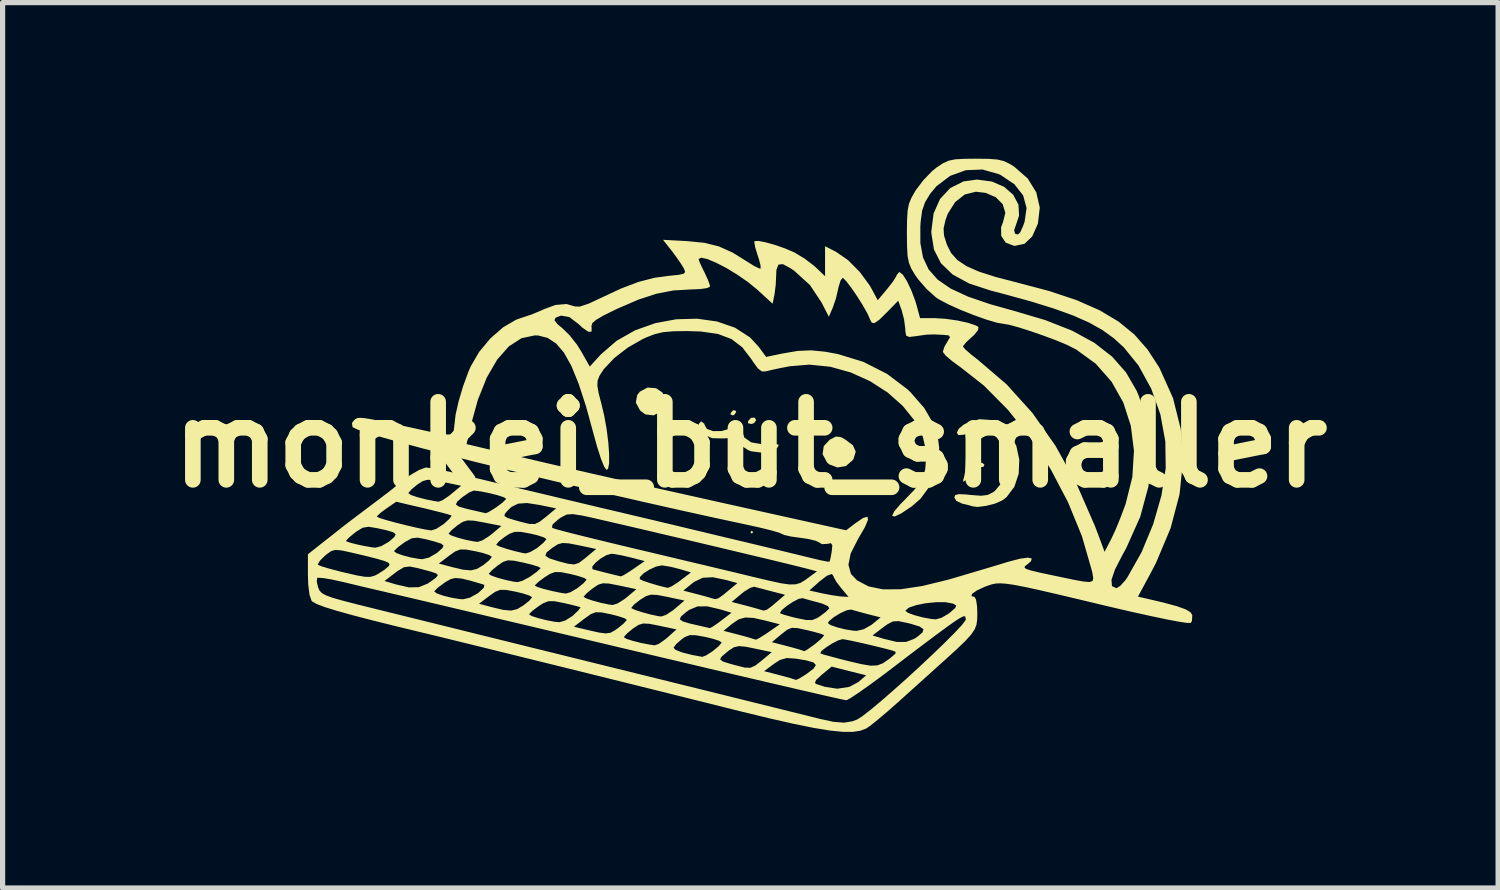
<source format=kicad_pcb>
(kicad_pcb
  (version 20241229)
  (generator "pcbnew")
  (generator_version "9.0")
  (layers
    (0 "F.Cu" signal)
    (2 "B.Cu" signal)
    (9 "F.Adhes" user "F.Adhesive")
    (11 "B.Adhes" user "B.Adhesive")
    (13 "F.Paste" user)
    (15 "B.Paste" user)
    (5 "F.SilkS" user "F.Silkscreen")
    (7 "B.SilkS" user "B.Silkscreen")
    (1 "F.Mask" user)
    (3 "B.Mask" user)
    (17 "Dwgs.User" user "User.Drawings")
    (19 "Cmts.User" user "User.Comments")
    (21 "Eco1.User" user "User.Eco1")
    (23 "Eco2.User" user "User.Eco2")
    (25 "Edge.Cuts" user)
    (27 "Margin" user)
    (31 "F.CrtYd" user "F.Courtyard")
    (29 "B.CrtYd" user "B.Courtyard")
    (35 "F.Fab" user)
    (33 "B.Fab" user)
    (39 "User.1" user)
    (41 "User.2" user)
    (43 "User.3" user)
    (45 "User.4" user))
  (footprint "monkei_but_smaller"
    (layer "F.Cu")
    (at 11.371 5.494)
    (property "Reference" "monkei_but_smaller" (at 0 0 0) (layer "F.SilkS") (effects (font (size 1.5 1.5) (thickness 0.3))))
    (attr board_only exclude_from_pos_files exclude_from_bom)
    (fp_poly (pts (xy 0.055 1.684) (xy 0.028 1.712) (xy 0 1.684) (xy 0.028 1.657)) (stroke (width 0) (type solid)) (fill yes) (layer "F.SilkS"))
    (fp_poly (pts (xy -0.28 -0.648) (xy -0.272 -0.623) (xy -0.311 -0.571) (xy -0.334 -0.56) (xy -0.381 -0.578) (xy -0.378 -0.605) (xy -0.33 -0.662)) (stroke (width 0) (type solid)) (fill yes) (layer "F.SilkS"))
    (fp_poly (pts (xy 0.113 -0.469) (xy 0.071 -0.412) (xy 0.024 -0.395) (xy -0.044 -0.409) (xy -0.043 -0.45) (xy 0.012 -0.513) (xy 0.082 -0.518)) (stroke (width 0) (type solid)) (fill yes) (layer "F.SilkS"))
    (fp_poly (pts (xy -1.812 -1.083) (xy -1.693 -1.003) (xy -1.61 -0.857) (xy -1.636 -0.721) (xy -1.702 -0.644) (xy -1.86 -0.561) (xy -2.02 -0.58) (xy -2.117 -0.653) (xy -2.201 -0.805) (xy -2.175 -0.95) (xy -2.122 -1.018) (xy -1.976 -1.095)) (stroke (width 0) (type solid)) (fill yes) (layer "F.SilkS"))
    (fp_poly (pts (xy 1.734 -0.145) (xy 1.809 -0.107) (xy 1.97 0.012) (xy 2.026 0.136) (xy 1.982 0.278) (xy 1.969 0.298) (xy 1.838 0.412) (xy 1.674 0.441) (xy 1.516 0.381) (xy 1.472 0.341) (xy 1.389 0.184) (xy 1.411 0.03) (xy 1.525 -0.092) (xy 1.64 -0.153)) (stroke (width 0) (type solid)) (fill yes) (layer "F.SilkS"))
    (fp_poly (pts (xy 4.197 0.083) (xy 4.243 0.161) (xy 4.252 0.224) (xy 4.293 0.315) (xy 4.359 0.331) (xy 4.465 0.357) (xy 4.5 0.387) (xy 4.481 0.427) (xy 4.393 0.442) (xy 4.283 0.468) (xy 4.252 0.518) (xy 4.212 0.612) (xy 4.159 0.67) (xy 4.092 0.716) (xy 4.091 0.679) (xy 4.103 0.644) (xy 4.127 0.527) (xy 4.14 0.357) (xy 4.141 0.296) (xy 4.152 0.145) (xy 4.181 0.081)) (stroke (width 0) (type solid)) (fill yes) (layer "F.SilkS"))
    (fp_poly (pts (xy -0.885 -0.4) (xy -0.883 -0.385) (xy -0.836 -0.301) (xy -0.716 -0.258) (xy -0.554 -0.26) (xy -0.417 -0.299) (xy -0.267 -0.36) (xy -0.193 -0.379) (xy -0.168 -0.352) (xy -0.166 -0.285) (xy -0.117 -0.137) (xy 0.016 -0.042) (xy 0.216 -0.008) (xy 0.302 -0.013) (xy 0.471 -0.02) (xy 0.546 0.006) (xy 0.521 0.059) (xy 0.445 0.108) (xy 0.245 0.159) (xy 0.014 0.129) (xy -0.039 0.109) (xy -0.164 0.028) (xy -0.223 -0.039) (xy -0.293 -0.103) (xy -0.414 -0.123) (xy -0.532 -0.118) (xy -0.732 -0.122) (xy -0.865 -0.178) (xy -0.887 -0.196) (xy -0.968 -0.299) (xy -0.993 -0.391) (xy -0.954 -0.44) (xy -0.939 -0.442)) (stroke (width 0) (type solid)) (fill yes) (layer "F.SilkS"))
    (fp_poly (pts (xy 4.601 -0.474) (xy 4.794 -0.385) (xy 4.986 -0.21) (xy 5.112 0.024) (xy 5.169 0.289) (xy 5.158 0.559) (xy 5.076 0.809) (xy 4.924 1.011) (xy 4.845 1.072) (xy 4.708 1.133) (xy 4.533 1.178) (xy 4.369 1.199) (xy 4.279 1.189) (xy 4.188 1.163) (xy 4.072 1.136) (xy 3.961 1.084) (xy 3.92 1.018) (xy 3.938 0.971) (xy 4.008 0.953) (xy 4.152 0.96) (xy 4.238 0.969) (xy 4.432 0.984) (xy 4.56 0.969) (xy 4.662 0.919) (xy 4.703 0.888) (xy 4.858 0.702) (xy 4.933 0.471) (xy 4.93 0.226) (xy 4.848 -0.002) (xy 4.706 -0.168) (xy 4.588 -0.238) (xy 4.453 -0.26) (xy 4.272 -0.234) (xy 4.1 -0.189) (xy 3.998 -0.182) (xy 3.969 -0.229) (xy 4.005 -0.303) (xy 4.1 -0.383) (xy 4.167 -0.417) (xy 4.401 -0.487)) (stroke (width 0) (type solid)) (fill yes) (layer "F.SilkS"))
    (fp_poly (pts (xy 4.579 -5.491) (xy 4.75 -5.478) (xy 4.876 -5.447) (xy 4.988 -5.393) (xy 5.072 -5.34) (xy 5.33 -5.115) (xy 5.495 -4.848) (xy 5.563 -4.554) (xy 5.527 -4.248) (xy 5.526 -4.243) (xy 5.417 -3.999) (xy 5.269 -3.858) (xy 5.08 -3.819) (xy 5.064 -3.821) (xy 4.908 -3.881) (xy 4.822 -4.009) (xy 4.819 -4.176) (xy 4.856 -4.274) (xy 4.901 -4.454) (xy 4.85 -4.619) (xy 4.719 -4.752) (xy 4.522 -4.837) (xy 4.336 -4.859) (xy 4.122 -4.807) (xy 3.936 -4.66) (xy 3.794 -4.435) (xy 3.752 -4.318) (xy 3.714 -4.154) (xy 3.723 -4.014) (xy 3.779 -3.839) (xy 3.86 -3.679) (xy 3.981 -3.545) (xy 4.155 -3.429) (xy 4.395 -3.323) (xy 4.718 -3.22) (xy 5.127 -3.114) (xy 5.75 -2.949) (xy 6.274 -2.774) (xy 6.712 -2.581) (xy 7.076 -2.364) (xy 7.38 -2.116) (xy 7.634 -1.827) (xy 7.852 -1.492) (xy 7.867 -1.465) (xy 8.124 -0.892) (xy 8.273 -0.296) (xy 8.315 0.321) (xy 8.249 0.957) (xy 8.077 1.608) (xy 7.797 2.273) (xy 7.695 2.469) (xy 7.45 2.923) (xy 7.604 2.958) (xy 7.949 3.039) (xy 8.198 3.107) (xy 8.363 3.166) (xy 8.458 3.221) (xy 8.494 3.277) (xy 8.494 3.278) (xy 8.488 3.388) (xy 8.465 3.429) (xy 8.4 3.429) (xy 8.24 3.405) (xy 7.995 3.359) (xy 7.679 3.292) (xy 7.302 3.209) (xy 6.877 3.11) (xy 6.801 3.092) (xy 6.288 2.969) (xy 5.869 2.87) (xy 5.535 2.793) (xy 5.274 2.736) (xy 5.072 2.697) (xy 4.92 2.675) (xy 4.805 2.667) (xy 4.715 2.671) (xy 4.639 2.687) (xy 4.565 2.712) (xy 4.505 2.734) (xy 4.352 2.805) (xy 4.262 2.869) (xy 4.25 2.913) (xy 4.307 2.927) (xy 4.337 2.977) (xy 4.357 3.106) (xy 4.362 3.239) (xy 4.36 3.36) (xy 4.347 3.46) (xy 4.311 3.553) (xy 4.242 3.654) (xy 4.129 3.778) (xy 3.961 3.939) (xy 3.726 4.153) (xy 3.585 4.279) (xy 3.443 4.408) (xy 3.246 4.585) (xy 3.024 4.785) (xy 2.843 4.948) (xy 2.639 5.128) (xy 2.453 5.285) (xy 2.308 5.402) (xy 2.226 5.458) (xy 2.112 5.501) (xy 1.963 5.523) (xy 1.771 5.521) (xy 1.524 5.496) (xy 1.214 5.445) (xy 0.83 5.367) (xy 0.363 5.261) (xy -0.198 5.125) (xy -0.359 5.085) (xy -0.846 4.963) (xy -1.378 4.83) (xy -1.941 4.69) (xy -2.521 4.546) (xy -3.105 4.401) (xy -3.679 4.259) (xy -4.23 4.123) (xy -4.744 3.996) (xy -5.207 3.882) (xy -5.606 3.784) (xy -5.928 3.705) (xy -6.158 3.649) (xy -6.184 3.643) (xy -6.772 3.501) (xy -7.259 3.38) (xy -7.652 3.278) (xy -7.956 3.193) (xy -8.181 3.123) (xy -8.331 3.066) (xy -8.415 3.02) (xy -8.432 3.004) (xy -8.472 2.889) (xy -8.497 2.692) (xy -8.499 2.634) (xy -8.333 2.634) (xy -8.306 2.748) (xy -8.28 2.806) (xy -8.235 2.854) (xy -8.157 2.898) (xy -8.028 2.945) (xy -7.832 3.001) (xy -7.552 3.073) (xy -7.398 3.111) (xy -7.198 3.161) (xy -6.902 3.234) (xy -6.522 3.328) (xy -6.068 3.44) (xy -5.552 3.568) (xy -4.986 3.708) (xy -4.38 3.858) (xy -3.747 4.014) (xy -3.096 4.175) (xy -2.761 4.258) (xy -2.125 4.415) (xy -1.514 4.566) (xy -0.938 4.708) (xy -0.405 4.84) (xy 0.074 4.959) (xy 0.49 5.062) (xy 0.834 5.147) (xy 1.096 5.212) (xy 1.267 5.255) (xy 1.325 5.27) (xy 1.597 5.329) (xy 1.799 5.345) (xy 1.964 5.318) (xy 2.052 5.285) (xy 2.153 5.221) (xy 2.312 5.097) (xy 2.516 4.927) (xy 2.751 4.722) (xy 3.005 4.496) (xy 3.262 4.26) (xy 3.51 4.027) (xy 3.734 3.811) (xy 3.922 3.623) (xy 4.06 3.476) (xy 4.133 3.382) (xy 4.141 3.361) (xy 4.132 3.305) (xy 4.092 3.301) (xy 3.999 3.352) (xy 3.886 3.428) (xy 3.761 3.518) (xy 3.567 3.661) (xy 3.324 3.843) (xy 3.051 4.049) (xy 2.777 4.259) (xy 2.509 4.462) (xy 2.267 4.639) (xy 2.066 4.78) (xy 1.921 4.876) (xy 1.847 4.914) (xy 1.844 4.914) (xy 1.779 4.902) (xy 1.615 4.866) (xy 1.36 4.808) (xy 1.024 4.731) (xy 0.614 4.635) (xy 0.384 4.582) (xy 1.241 4.582) (xy 1.27 4.603) (xy 1.401 4.646) (xy 1.436 4.657) (xy 1.671 4.693) (xy 1.903 4.657) (xy 2.076 4.564) (xy 2.226 4.435) (xy 1.895 4.352) (xy 1.563 4.268) (xy 1.375 4.422) (xy 1.264 4.524) (xy 1.241 4.582) (xy 0.384 4.582) (xy 0.138 4.524) (xy -0.393 4.4) (xy -0.584 4.355) (xy 0.265 4.355) (xy 0.505 4.417) (xy 0.663 4.459) (xy 0.778 4.491) (xy 0.801 4.499) (xy 0.874 4.522) (xy 0.88 4.523) (xy 0.937 4.498) (xy 1.048 4.43) (xy 1.087 4.404) (xy 1.216 4.306) (xy 1.26 4.237) (xy 1.213 4.187) (xy 1.069 4.147) (xy 0.877 4.115) (xy 0.701 4.103) (xy 0.568 4.14) (xy 0.45 4.217) (xy 0.265 4.355) (xy -0.584 4.355) (xy -0.973 4.263) (xy -1.544 4.128) (xy -0.581 4.128) (xy -0.531 4.168) (xy -0.394 4.212) (xy -0.276 4.244) (xy -0.106 4.287) (xy 0.004 4.29) (xy 0.1 4.245) (xy 0.222 4.149) (xy 0.384 4.013) (xy 1.344 4.013) (xy 1.345 4.013) (xy 1.402 4.034) (xy 1.544 4.073) (xy 1.744 4.126) (xy 1.882 4.161) (xy 2.137 4.221) (xy 2.313 4.25) (xy 2.441 4.244) (xy 2.549 4.203) (xy 2.666 4.122) (xy 2.701 4.094) (xy 2.788 4.02) (xy 2.791 3.982) (xy 2.729 3.959) (xy 2.559 3.914) (xy 2.349 3.863) (xy 2.132 3.812) (xy 1.94 3.77) (xy 1.807 3.745) (xy 1.774 3.74) (xy 1.693 3.762) (xy 1.575 3.822) (xy 1.456 3.898) (xy 1.367 3.968) (xy 1.344 4.013) (xy 0.384 4.013) (xy 0.411 3.99) (xy 0.12 3.928) (xy -0.085 3.886) (xy -0.218 3.874) (xy -0.313 3.895) (xy -0.406 3.954) (xy -0.467 4.003) (xy -0.555 4.079) (xy -0.581 4.128) (xy -1.544 4.128) (xy -1.593 4.117) (xy -2.243 3.963) (xy -2.306 3.948) (xy -2.493 3.904) (xy -1.476 3.904) (xy -1.437 3.946) (xy -1.312 3.995) (xy -1.123 4.043) (xy -0.923 4.08) (xy -0.853 4.054) (xy -0.739 3.982) (xy -0.716 3.965) (xy -0.609 3.876) (xy -0.554 3.811) (xy -0.552 3.804) (xy -0.56 3.798) (xy 0.414 3.798) (xy 0.663 3.862) (xy 0.823 3.905) (xy 0.94 3.938) (xy 0.966 3.947) (xy 1.034 3.97) (xy 1.039 3.971) (xy 1.089 3.944) (xy 1.195 3.869) (xy 1.248 3.83) (xy 1.358 3.737) (xy 1.414 3.673) (xy 1.414 3.669) (xy 2.349 3.669) (xy 2.569 3.735) (xy 2.811 3.793) (xy 2.992 3.794) (xy 3.147 3.735) (xy 3.212 3.693) (xy 3.31 3.61) (xy 3.327 3.549) (xy 3.253 3.497) (xy 3.08 3.444) (xy 3.017 3.429) (xy 2.851 3.394) (xy 2.741 3.399) (xy 2.636 3.453) (xy 2.549 3.516) (xy 2.349 3.669) (xy 1.414 3.669) (xy 1.415 3.661) (xy 1.353 3.636) (xy 1.216 3.598) (xy 1.085 3.566) (xy 0.908 3.528) (xy 0.796 3.523) (xy 0.708 3.559) (xy 0.602 3.642) (xy 0.596 3.646) (xy 0.414 3.798) (xy -0.56 3.798) (xy -0.601 3.771) (xy -0.729 3.73) (xy -0.863 3.698) (xy -1.047 3.665) (xy -1.165 3.663) (xy -1.255 3.698) (xy -1.315 3.739) (xy -1.42 3.83) (xy -1.476 3.903) (xy -1.476 3.904) (xy -2.493 3.904) (xy -2.972 3.79) (xy -3.334 3.704) (xy -2.43 3.704) (xy -2.381 3.734) (xy -2.258 3.773) (xy -2.096 3.814) (xy -1.93 3.846) (xy -1.837 3.859) (xy -1.756 3.829) (xy -1.637 3.745) (xy -1.594 3.709) (xy -1.45 3.58) (xy -0.515 3.58) (xy -0.271 3.643) (xy -0.112 3.685) (xy 0.003 3.718) (xy 0.028 3.726) (xy 0.101 3.749) (xy 0.107 3.75) (xy 0.163 3.724) (xy 0.277 3.653) (xy 0.349 3.605) (xy 0.565 3.455) (xy 0.477 3.432) (xy 1.491 3.432) (xy 1.539 3.468) (xy 1.661 3.511) (xy 1.818 3.551) (xy 1.976 3.577) (xy 2.043 3.581) (xy 2.178 3.55) (xy 2.325 3.467) (xy 2.342 3.454) (xy 2.503 3.322) (xy 2.259 3.26) (xy 2.094 3.216) (xy 2.027 3.197) (xy 2.982 3.197) (xy 3.03 3.234) (xy 3.153 3.279) (xy 3.313 3.322) (xy 3.477 3.352) (xy 3.562 3.36) (xy 3.676 3.329) (xy 3.813 3.248) (xy 3.835 3.231) (xy 3.936 3.143) (xy 3.957 3.095) (xy 3.907 3.062) (xy 3.891 3.056) (xy 3.753 3.03) (xy 3.57 3.03) (xy 3.37 3.05) (xy 3.186 3.087) (xy 3.047 3.134) (xy 2.983 3.189) (xy 2.982 3.197) (xy 2.027 3.197) (xy 1.967 3.18) (xy 1.938 3.171) (xy 1.855 3.184) (xy 1.729 3.241) (xy 1.602 3.319) (xy 1.511 3.395) (xy 1.491 3.432) (xy 0.477 3.432) (xy 0.296 3.385) (xy 0.065 3.333) (xy -0.097 3.324) (xy -0.225 3.36) (xy -0.351 3.446) (xy -0.354 3.449) (xy -0.515 3.58) (xy -1.45 3.58) (xy -1.419 3.553) (xy -1.752 3.482) (xy -1.94 3.445) (xy -2.06 3.439) (xy -2.15 3.467) (xy -2.251 3.533) (xy -2.258 3.538) (xy -2.368 3.629) (xy -2.427 3.695) (xy -2.43 3.704) (xy -3.334 3.704) (xy -3.618 3.637) (xy -4.189 3.501) (xy -3.391 3.501) (xy -3.117 3.566) (xy -2.912 3.613) (xy -2.78 3.63) (xy -2.688 3.617) (xy -2.601 3.569) (xy -2.538 3.524) (xy -2.431 3.436) (xy -2.376 3.373) (xy -2.374 3.367) (xy -2.39 3.357) (xy -1.356 3.357) (xy -1.303 3.398) (xy -1.162 3.44) (xy -1.022 3.472) (xy -0.878 3.505) (xy -0.789 3.526) (xy -0.778 3.528) (xy -0.725 3.501) (xy -0.617 3.427) (xy -0.559 3.383) (xy -0.366 3.236) (xy 0.571 3.236) (xy 0.574 3.243) (xy 0.638 3.268) (xy 0.775 3.307) (xy 0.893 3.336) (xy 1.072 3.372) (xy 1.188 3.373) (xy 1.282 3.336) (xy 1.337 3.301) (xy 1.451 3.215) (xy 1.517 3.149) (xy 1.518 3.147) (xy 1.49 3.105) (xy 1.382 3.057) (xy 1.313 3.037) (xy 1.151 2.994) (xy 1.028 2.959) (xy 1.004 2.952) (xy 0.93 2.966) (xy 0.817 3.024) (xy 0.698 3.103) (xy 0.605 3.181) (xy 0.571 3.236) (xy -0.366 3.236) (xy -0.361 3.233) (xy -0.581 3.167) (xy -0.83 3.109) (xy -1.016 3.111) (xy -1.174 3.177) (xy -1.242 3.226) (xy -1.332 3.304) (xy -1.356 3.357) (xy -2.39 3.357) (xy -2.423 3.336) (xy -2.55 3.295) (xy -2.681 3.262) (xy -2.858 3.226) (xy -2.973 3.223) (xy -3.069 3.261) (xy -3.189 3.347) (xy -3.391 3.501) (xy -4.189 3.501) (xy -4.233 3.491) (xy -4.808 3.355) (xy -5.192 3.264) (xy -4.251 3.264) (xy -4.203 3.295) (xy -4.082 3.335) (xy -3.925 3.375) (xy -3.767 3.405) (xy -3.672 3.415) (xy -3.559 3.383) (xy -3.425 3.299) (xy -3.403 3.281) (xy -3.307 3.189) (xy -3.266 3.134) (xy -2.285 3.134) (xy -2.284 3.146) (xy -2.214 3.179) (xy -2.078 3.223) (xy -1.918 3.266) (xy -1.776 3.297) (xy -1.712 3.305) (xy -1.621 3.274) (xy -1.493 3.19) (xy -1.447 3.153) (xy -1.298 3.025) (xy -0.359 3.025) (xy -0.11 3.089) (xy 0.05 3.132) (xy 0.167 3.165) (xy 0.193 3.174) (xy 0.258 3.191) (xy 0.319 3.174) (xy 0.408 3.108) (xy 0.485 3.043) (xy 0.667 2.887) (xy 0.403 2.819) (xy 0.349 2.805) (xy 1.135 2.805) (xy 1.382 2.86) (xy 1.564 2.895) (xy 1.721 2.918) (xy 1.758 2.921) (xy 1.887 2.927) (xy 1.744 2.757) (xy 1.653 2.637) (xy 1.604 2.549) (xy 1.601 2.536) (xy 1.568 2.487) (xy 1.473 2.521) (xy 1.322 2.637) (xy 1.314 2.645) (xy 1.135 2.805) (xy 0.349 2.805) (xy 0.236 2.775) (xy 0.11 2.742) (xy 0.076 2.732) (xy -0.002 2.754) (xy -0.122 2.829) (xy -0.173 2.87) (xy -0.359 3.025) (xy -1.298 3.025) (xy -1.266 2.998) (xy -1.599 2.927) (xy -1.787 2.891) (xy -1.908 2.885) (xy -2.004 2.913) (xy -2.114 2.981) (xy -2.122 2.987) (xy -2.233 3.073) (xy -2.285 3.134) (xy -3.266 3.134) (xy -3.264 3.132) (xy -3.265 3.127) (xy -3.326 3.108) (xy -3.461 3.074) (xy -3.584 3.046) (xy -3.763 3.011) (xy -3.88 3.011) (xy -3.981 3.05) (xy -4.067 3.105) (xy -4.183 3.191) (xy -4.247 3.254) (xy -4.251 3.264) (xy -5.192 3.264) (xy -5.333 3.23) (xy -5.799 3.12) (xy -6.052 3.06) (xy -5.214 3.06) (xy -4.967 3.126) (xy -4.748 3.178) (xy -4.597 3.191) (xy -4.479 3.162) (xy -4.358 3.089) (xy -4.357 3.088) (xy -4.25 3.003) (xy -4.198 2.94) (xy -4.197 2.934) (xy -4.209 2.926) (xy -3.203 2.926) (xy -3.154 2.957) (xy -3.034 2.998) (xy -2.879 3.041) (xy -2.724 3.073) (xy -2.648 3.084) (xy -2.556 3.056) (xy -2.426 2.975) (xy -2.376 2.936) (xy -2.222 2.807) (xy -1.288 2.807) (xy -1.044 2.87) (xy -0.885 2.912) (xy -0.77 2.945) (xy -0.745 2.953) (xy -0.677 2.971) (xy -0.614 2.955) (xy -0.522 2.89) (xy -0.44 2.822) (xy -0.249 2.663) (xy -0.47 2.602) (xy -0.722 2.55) (xy -0.913 2.56) (xy -1.076 2.637) (xy -1.127 2.675) (xy -1.288 2.807) (xy -2.222 2.807) (xy -2.19 2.78) (xy -2.524 2.709) (xy -2.713 2.672) (xy -2.832 2.666) (xy -2.923 2.693) (xy -3.022 2.759) (xy -3.031 2.765) (xy -3.141 2.854) (xy -3.2 2.918) (xy -3.203 2.926) (xy -4.209 2.926) (xy -4.246 2.902) (xy -4.373 2.861) (xy -4.51 2.828) (xy -4.691 2.794) (xy -4.807 2.792) (xy -4.902 2.829) (xy -5.019 2.911) (xy -5.214 3.06) (xy -6.052 3.06) (xy -6.196 3.026) (xy -6.515 2.951) (xy -6.745 2.897) (xy -6.875 2.867) (xy -7.055 2.824) (xy -6.074 2.824) (xy -6.025 2.861) (xy -5.904 2.904) (xy -5.747 2.943) (xy -5.589 2.969) (xy -5.522 2.974) (xy -5.388 2.942) (xy -5.24 2.859) (xy -5.22 2.844) (xy -5.122 2.751) (xy -5.115 2.71) (xy -4.141 2.71) (xy -4.093 2.737) (xy -3.971 2.775) (xy -3.811 2.815) (xy -3.648 2.849) (xy -3.545 2.864) (xy -3.457 2.838) (xy -3.332 2.765) (xy -3.311 2.75) (xy -3.204 2.663) (xy -3.149 2.6) (xy -3.147 2.594) (xy -3.158 2.587) (xy -2.125 2.587) (xy -2.058 2.619) (xy -1.924 2.664) (xy -1.766 2.711) (xy -1.624 2.746) (xy -1.584 2.754) (xy -1.516 2.727) (xy -1.398 2.652) (xy -1.34 2.609) (xy -1.142 2.458) (xy -1.358 2.393) (xy -1.531 2.349) (xy -1.682 2.325) (xy -1.703 2.323) (xy -1.811 2.345) (xy -1.939 2.403) (xy -2.054 2.477) (xy -2.123 2.547) (xy -2.125 2.587) (xy -3.158 2.587) (xy -3.196 2.563) (xy -3.323 2.522) (xy -3.455 2.489) (xy -3.635 2.453) (xy -3.753 2.45) (xy -3.851 2.486) (xy -3.951 2.549) (xy -4.069 2.636) (xy -4.135 2.699) (xy -4.141 2.71) (xy -5.115 2.71) (xy -5.113 2.7) (xy -5.138 2.687) (xy -5.385 2.615) (xy -5.554 2.575) (xy -5.669 2.565) (xy -5.757 2.585) (xy -5.845 2.634) (xy -5.885 2.661) (xy -6.003 2.748) (xy -6.068 2.813) (xy -6.074 2.824) (xy -7.055 2.824) (xy -7.172 2.797) (xy -7.5 2.72) (xy -7.795 2.649) (xy -7.831 2.641) (xy -7.916 2.622) (xy -7.031 2.622) (xy -6.815 2.687) (xy -6.563 2.745) (xy -6.37 2.741) (xy -6.201 2.672) (xy -6.136 2.628) (xy -6.044 2.56) (xy -6.005 2.514) (xy -6.026 2.487) (xy -5.025 2.487) (xy -4.977 2.519) (xy -4.857 2.561) (xy -4.702 2.603) (xy -4.548 2.635) (xy -4.476 2.644) (xy -4.382 2.619) (xy -4.248 2.548) (xy -4.214 2.526) (xy -4.099 2.441) (xy -4.035 2.381) (xy -4.031 2.372) (xy -4.075 2.348) (xy -3.039 2.348) (xy -3.034 2.395) (xy -3.027 2.398) (xy -2.935 2.423) (xy -2.78 2.463) (xy -2.605 2.506) (xy -2.488 2.534) (xy -2.432 2.509) (xy -2.318 2.438) (xy -2.247 2.39) (xy -2.03 2.24) (xy -2.299 2.17) (xy -2.477 2.129) (xy -2.624 2.103) (xy -2.67 2.099) (xy -2.766 2.126) (xy -2.878 2.191) (xy -2.978 2.273) (xy -3.039 2.348) (xy -4.075 2.348) (xy -4.08 2.345) (xy -4.208 2.306) (xy -4.357 2.27) (xy -4.542 2.232) (xy -4.66 2.225) (xy -4.75 2.254) (xy -4.851 2.322) (xy -4.854 2.324) (xy -4.964 2.414) (xy -5.022 2.478) (xy -5.025 2.487) (xy -6.026 2.487) (xy -6.032 2.479) (xy -6.136 2.443) (xy -6.331 2.391) (xy -6.392 2.375) (xy -6.546 2.344) (xy -6.655 2.357) (xy -6.773 2.426) (xy -6.829 2.468) (xy -7.031 2.622) (xy -7.916 2.622) (xy -8.043 2.594) (xy -8.212 2.566) (xy -8.311 2.559) (xy -8.325 2.564) (xy -8.333 2.634) (xy -8.499 2.634) (xy -8.503 2.507) (xy -8.503 2.301) (xy -8.312 2.301) (xy -8.309 2.312) (xy -8.243 2.34) (xy -8.096 2.384) (xy -7.895 2.437) (xy -7.796 2.461) (xy -7.562 2.515) (xy -7.407 2.542) (xy -7.303 2.543) (xy -7.221 2.52) (xy -7.16 2.489) (xy -7.033 2.408) (xy -6.949 2.336) (xy -6.934 2.303) (xy -6.945 2.287) (xy -5.987 2.287) (xy -5.74 2.353) (xy -5.521 2.405) (xy -5.37 2.418) (xy -5.252 2.389) (xy -5.131 2.316) (xy -5.13 2.315) (xy -5.023 2.228) (xy -4.971 2.164) (xy -4.97 2.157) (xy -5.002 2.135) (xy -3.939 2.135) (xy -3.869 2.185) (xy -3.698 2.24) (xy -3.682 2.245) (xy -3.5 2.292) (xy -3.385 2.304) (xy -3.295 2.275) (xy -3.191 2.197) (xy -3.15 2.163) (xy -2.963 2.007) (xy -3.299 1.936) (xy -3.489 1.899) (xy -3.61 1.892) (xy -3.702 1.918) (xy -3.803 1.983) (xy -3.809 1.987) (xy -3.917 2.074) (xy -3.939 2.135) (xy -5.002 2.135) (xy -5.019 2.124) (xy -5.147 2.082) (xy -5.282 2.051) (xy -5.463 2.018) (xy -5.58 2.018) (xy -5.677 2.057) (xy -5.791 2.138) (xy -5.987 2.287) (xy -6.945 2.287) (xy -6.956 2.272) (xy -7.032 2.238) (xy -7.174 2.196) (xy -7.398 2.139) (xy -7.663 2.077) (xy -7.781 2.051) (xy -6.847 2.051) (xy -6.798 2.087) (xy -6.678 2.13) (xy -6.521 2.171) (xy -6.364 2.198) (xy -6.303 2.203) (xy -6.176 2.172) (xy -6.032 2.089) (xy -6.009 2.071) (xy -5.922 1.994) (xy -5.895 1.944) (xy -5.922 1.921) (xy -4.881 1.921) (xy -4.88 1.931) (xy -4.812 1.963) (xy -4.679 2.006) (xy -4.521 2.05) (xy -4.381 2.083) (xy -4.319 2.093) (xy -4.23 2.066) (xy -4.104 1.992) (xy -4.084 1.977) (xy -3.977 1.888) (xy -3.922 1.823) (xy -3.92 1.816) (xy -3.97 1.783) (xy -4.097 1.742) (xy -4.228 1.711) (xy -4.41 1.678) (xy -4.529 1.678) (xy -4.63 1.716) (xy -4.721 1.775) (xy -4.831 1.86) (xy -4.881 1.921) (xy -5.922 1.921) (xy -5.939 1.905) (xy -6.068 1.864) (xy -6.231 1.821) (xy -6.393 1.789) (xy -6.508 1.802) (xy -6.632 1.87) (xy -6.659 1.888) (xy -6.776 1.975) (xy -6.842 2.04) (xy -6.847 2.051) (xy -7.781 2.051) (xy -7.852 2.036) (xy -7.97 2.024) (xy -8.053 2.046) (xy -8.138 2.106) (xy -8.176 2.137) (xy -8.273 2.233) (xy -8.312 2.301) (xy -8.503 2.301) (xy -8.503 2.108) (xy -8.214 1.88) (xy -8.184 1.856) (xy -7.77 1.856) (xy -7.704 1.882) (xy -7.571 1.917) (xy -7.411 1.951) (xy -7.267 1.976) (xy -7.206 1.982) (xy -7.092 1.952) (xy -6.953 1.872) (xy -6.93 1.854) (xy -6.842 1.777) (xy -6.816 1.725) (xy -6.829 1.714) (xy -5.798 1.714) (xy -5.75 1.746) (xy -5.629 1.788) (xy -5.474 1.83) (xy -5.319 1.861) (xy -5.244 1.871) (xy -5.151 1.842) (xy -5.021 1.76) (xy -4.971 1.721) (xy -4.82 1.595) (xy -3.812 1.595) (xy -3.797 1.606) (xy -3.727 1.628) (xy -3.564 1.672) (xy -3.321 1.734) (xy -3.013 1.81) (xy -2.655 1.897) (xy -2.259 1.992) (xy -2.153 2.017) (xy -1.714 2.121) (xy -1.274 2.226) (xy -0.855 2.325) (xy -0.48 2.415) (xy -0.169 2.489) (xy 0.055 2.544) (xy 0.369 2.618) (xy 0.595 2.667) (xy 0.756 2.689) (xy 0.872 2.686) (xy 0.963 2.659) (xy 1.049 2.607) (xy 1.099 2.571) (xy 1.281 2.437) (xy 1.069 2.381) (xy 0.927 2.345) (xy 0.699 2.289) (xy 0.398 2.216) (xy 0.041 2.131) (xy -0.357 2.036) (xy -0.781 1.935) (xy -1.215 1.832) (xy -1.645 1.731) (xy -2.053 1.635) (xy -2.426 1.548) (xy -2.747 1.474) (xy -3.002 1.415) (xy -3.175 1.377) (xy -3.236 1.364) (xy -3.412 1.337) (xy -3.529 1.345) (xy -3.634 1.398) (xy -3.692 1.439) (xy -3.801 1.535) (xy -3.812 1.595) (xy -4.82 1.595) (xy -4.784 1.564) (xy -5.124 1.497) (xy -5.315 1.463) (xy -5.437 1.458) (xy -5.528 1.486) (xy -5.627 1.551) (xy -5.631 1.554) (xy -5.739 1.643) (xy -5.796 1.707) (xy -5.798 1.714) (xy -6.829 1.714) (xy -6.865 1.685) (xy -7.001 1.645) (xy -7.173 1.607) (xy -7.337 1.58) (xy -7.452 1.599) (xy -7.574 1.674) (xy -7.603 1.696) (xy -7.712 1.786) (xy -7.768 1.846) (xy -7.77 1.856) (xy -8.184 1.856) (xy -8.051 1.752) (xy -7.915 1.644) (xy -7.84 1.585) (xy -7.762 1.524) (xy -7.618 1.415) (xy -7.579 1.385) (xy -7.178 1.385) (xy -7.129 1.41) (xy -7 1.451) (xy -6.818 1.5) (xy -6.613 1.552) (xy -6.412 1.599) (xy -6.243 1.634) (xy -6.134 1.65) (xy -6.129 1.65) (xy -6.035 1.619) (xy -5.908 1.538) (xy -5.883 1.519) (xy -5.785 1.429) (xy -5.746 1.375) (xy -4.725 1.375) (xy -4.667 1.41) (xy -4.528 1.453) (xy -4.417 1.484) (xy -4.249 1.525) (xy -4.14 1.527) (xy -4.044 1.48) (xy -3.923 1.385) (xy -3.733 1.227) (xy -4.047 1.162) (xy -4.29 1.124) (xy -4.461 1.135) (xy -4.591 1.199) (xy -4.666 1.27) (xy -4.719 1.333) (xy -4.725 1.375) (xy -5.746 1.375) (xy -5.743 1.37) (xy -5.745 1.363) (xy -5.806 1.342) (xy -5.951 1.303) (xy -6.153 1.253) (xy -6.288 1.22) (xy -6.586 1.151) (xy -5.659 1.151) (xy -5.606 1.191) (xy -5.464 1.232) (xy -5.328 1.264) (xy -5.185 1.297) (xy -5.094 1.317) (xy -5.083 1.32) (xy -5.027 1.295) (xy -4.916 1.227) (xy -4.877 1.201) (xy -4.761 1.114) (xy -4.698 1.05) (xy -4.694 1.04) (xy -4.742 1.011) (xy -4.863 0.972) (xy -5.02 0.933) (xy -5.178 0.901) (xy -5.299 0.886) (xy -5.317 0.885) (xy -5.401 0.919) (xy -5.521 1.001) (xy -5.547 1.021) (xy -5.635 1.099) (xy -5.659 1.151) (xy -6.586 1.151) (xy -6.805 1.099) (xy -6.991 1.226) (xy -7.108 1.313) (xy -7.173 1.375) (xy -7.178 1.385) (xy -7.579 1.385) (xy -7.434 1.276) (xy -7.316 1.187) (xy -7.126 1.044) (xy -6.985 0.936) (xy -6.571 0.936) (xy -6.522 0.97) (xy -6.398 1.012) (xy -6.231 1.055) (xy -6.056 1.089) (xy -5.989 1.098) (xy -5.915 1.069) (xy -5.796 0.989) (xy -5.745 0.948) (xy -5.558 0.792) (xy -5.895 0.721) (xy -6.084 0.684) (xy -6.205 0.677) (xy -6.297 0.703) (xy -6.397 0.767) (xy -6.401 0.77) (xy -6.511 0.86) (xy -6.569 0.927) (xy -6.571 0.936) (xy -6.985 0.936) (xy -6.972 0.927) (xy -6.872 0.849) (xy -6.847 0.828) (xy -6.703 0.704) (xy -6.533 0.585) (xy -6.37 0.491) (xy -6.248 0.444) (xy -6.229 0.442) (xy -6.123 0.455) (xy -5.939 0.489) (xy -5.708 0.539) (xy -5.549 0.577) (xy -5.241 0.651) (xy -4.9 0.733) (xy -4.588 0.808) (xy -4.5 0.828) (xy -4.21 0.897) (xy -3.873 0.977) (xy -3.547 1.055) (xy -3.451 1.077) (xy -3.142 1.151) (xy -2.802 1.232) (xy -2.489 1.305) (xy -2.402 1.326) (xy -2.139 1.388) (xy -1.814 1.465) (xy -1.473 1.546) (xy -1.229 1.605) (xy -0.885 1.687) (xy -0.49 1.782) (xy -0.099 1.875) (xy 0.152 1.935) (xy 0.452 2.007) (xy 0.747 2.078) (xy 1.002 2.14) (xy 1.182 2.184) (xy 1.355 2.225) (xy 1.479 2.249) (xy 1.522 2.251) (xy 1.539 2.192) (xy 1.562 2.069) (xy 1.564 2.055) (xy 1.576 1.934) (xy 1.548 1.895) (xy 1.48 1.909) (xy 1.375 1.914) (xy 1.331 1.886) (xy 1.26 1.85) (xy 1.115 1.815) (xy 0.965 1.793) (xy 0.785 1.768) (xy 0.655 1.739) (xy 0.608 1.718) (xy 0.545 1.691) (xy 0.398 1.649) (xy 0.188 1.597) (xy -0.028 1.549) (xy -0.68 1.409) (xy -1.35 1.261) (xy -2.029 1.108) (xy -2.709 0.952) (xy -3.38 0.795) (xy -4.033 0.64) (xy -4.66 0.488) (xy -5.251 0.342) (xy -5.797 0.204) (xy -6.291 0.076) (xy -6.606 -0.009) (xy -5.454 -0.009) (xy -5.115 0.072) (xy -4.614 0.192) (xy -4.135 0.305) (xy -3.659 0.416) (xy -3.169 0.53) (xy -2.645 0.649) (xy -2.071 0.778) (xy -1.427 0.922) (xy -0.695 1.085) (xy -0.612 1.104) (xy 1.841 1.648) (xy 2.016 1.514) (xy 2.169 1.41) (xy 2.251 1.387) (xy 2.262 1.445) (xy 2.203 1.586) (xy 2.073 1.811) (xy 2.067 1.821) (xy 1.929 2.092) (xy 1.885 2.311) (xy 1.934 2.487) (xy 2.05 2.609) (xy 2.271 2.726) (xy 2.548 2.783) (xy 2.889 2.781) (xy 3.303 2.719) (xy 3.799 2.598) (xy 3.92 2.563) (xy 4.219 2.474) (xy 4.526 2.383) (xy 4.8 2.301) (xy 4.954 2.254) (xy 5.181 2.194) (xy 5.336 2.173) (xy 5.409 2.19) (xy 5.393 2.243) (xy 5.334 2.295) (xy 5.285 2.332) (xy 5.268 2.362) (xy 5.298 2.389) (xy 5.388 2.419) (xy 5.553 2.459) (xy 5.807 2.513) (xy 5.921 2.537) (xy 6.208 2.597) (xy 6.403 2.633) (xy 6.521 2.642) (xy 6.578 2.621) (xy 6.591 2.566) (xy 6.575 2.475) (xy 6.562 2.416) (xy 6.373 1.761) (xy 6.105 1.107) (xy 5.771 0.472) (xy 5.382 -0.126) (xy 4.951 -0.667) (xy 4.488 -1.134) (xy 4.045 -1.482) (xy 3.879 -1.603) (xy 3.756 -1.708) (xy 3.701 -1.778) (xy 3.7 -1.784) (xy 3.729 -1.878) (xy 3.786 -1.976) (xy 3.838 -2.064) (xy 3.811 -2.098) (xy 3.716 -2.108) (xy 3.528 -2.117) (xy 3.384 -2.112) (xy 3.22 -2.089) (xy 3.189 -2.084) (xy 3.054 -2.068) (xy 2.995 -2.093) (xy 2.979 -2.182) (xy 2.978 -2.226) (xy 2.954 -2.408) (xy 2.908 -2.583) (xy 2.842 -2.764) (xy 2.625 -2.542) (xy 2.48 -2.4) (xy 2.389 -2.335) (xy 2.335 -2.34) (xy 2.298 -2.409) (xy 2.293 -2.424) (xy 2.244 -2.532) (xy 2.156 -2.685) (xy 2.049 -2.855) (xy 1.939 -3.015) (xy 1.844 -3.139) (xy 1.783 -3.2) (xy 1.775 -3.203) (xy 1.735 -3.154) (xy 1.697 -3.034) (xy 1.689 -2.996) (xy 1.644 -2.805) (xy 1.584 -2.629) (xy 1.581 -2.623) (xy 1.509 -2.457) (xy 1.367 -2.733) (xy 1.146 -3.065) (xy 0.847 -3.337) (xy 0.775 -3.387) (xy 0.626 -3.467) (xy 0.54 -3.459) (xy 0.501 -3.358) (xy 0.497 -3.265) (xy 0.488 -3.071) (xy 0.465 -2.889) (xy 0.463 -2.879) (xy 0.428 -2.707) (xy 0.132 -2.978) (xy -0.045 -3.123) (xy -0.249 -3.264) (xy -0.459 -3.392) (xy -0.658 -3.495) (xy -0.826 -3.565) (xy -0.945 -3.592) (xy -0.994 -3.565) (xy -0.994 -3.559) (xy -0.971 -3.496) (xy -0.913 -3.372) (xy -0.883 -3.313) (xy -0.816 -3.168) (xy -0.777 -3.061) (xy -0.773 -3.039) (xy -0.825 -3.008) (xy -0.965 -2.988) (xy -1.146 -2.981) (xy -1.478 -2.962) (xy -1.803 -2.899) (xy -2.15 -2.786) (xy -2.55 -2.613) (xy -2.594 -2.593) (xy -2.823 -2.48) (xy -2.965 -2.397) (xy -3.037 -2.333) (xy -3.055 -2.276) (xy -3.051 -2.258) (xy -3.051 -2.171) (xy -3.112 -2.167) (xy -3.226 -2.245) (xy -3.305 -2.319) (xy -3.481 -2.452) (xy -3.641 -2.478) (xy -3.744 -2.437) (xy -3.765 -2.389) (xy -3.703 -2.311) (xy -3.618 -2.241) (xy -3.478 -2.105) (xy -3.332 -1.92) (xy -3.253 -1.795) (xy -3.086 -1.499) (xy -2.871 -1.734) (xy -2.569 -1.995) (xy -2.216 -2.195) (xy -1.828 -2.333) (xy -1.424 -2.408) (xy -1.022 -2.419) (xy -0.639 -2.365) (xy -0.295 -2.246) (xy -0.006 -2.059) (xy 0.156 -1.885) (xy 0.304 -1.684) (xy 0.607 -1.748) (xy 0.906 -1.799) (xy 1.167 -1.811) (xy 1.441 -1.784) (xy 1.684 -1.739) (xy 2.173 -1.589) (xy 2.628 -1.358) (xy 3.018 -1.063) (xy 3.076 -1.008) (xy 3.342 -0.703) (xy 3.515 -0.406) (xy 3.61 -0.089) (xy 3.63 0.063) (xy 3.609 0.417) (xy 3.486 0.749) (xy 3.271 1.041) (xy 3.1 1.19) (xy 2.899 1.324) (xy 2.773 1.383) (xy 2.726 1.37) (xy 2.763 1.288) (xy 2.887 1.142) (xy 2.966 1.063) (xy 3.15 0.872) (xy 3.267 0.715) (xy 3.338 0.558) (xy 3.361 0.477) (xy 3.386 0.161) (xy 3.314 -0.154) (xy 3.157 -0.46) (xy 2.927 -0.745) (xy 2.638 -1.001) (xy 2.302 -1.217) (xy 1.931 -1.385) (xy 1.538 -1.495) (xy 1.135 -1.536) (xy 0.759 -1.505) (xy 0.558 -1.466) (xy 0.387 -1.429) (xy 0.3 -1.407) (xy 0.223 -1.405) (xy 0.146 -1.462) (xy 0.048 -1.597) (xy 0.018 -1.644) (xy -0.155 -1.869) (xy -0.361 -2.027) (xy -0.621 -2.125) (xy -0.953 -2.173) (xy -1.215 -2.181) (xy -1.481 -2.177) (xy -1.675 -2.16) (xy -1.835 -2.123) (xy -2 -2.059) (xy -2.071 -2.026) (xy -2.356 -1.863) (xy -2.616 -1.662) (xy -2.818 -1.447) (xy -2.899 -1.323) (xy -2.935 -1.232) (xy -2.94 -1.129) (xy -2.914 -0.981) (xy -2.866 -0.798) (xy -2.808 -0.554) (xy -2.762 -0.296) (xy -2.73 -0.043) (xy -2.714 0.182) (xy -2.714 0.359) (xy -2.734 0.466) (xy -2.765 0.487) (xy -2.81 0.424) (xy -2.872 0.27) (xy -2.945 0.042) (xy -3.011 -0.197) (xy -3.158 -0.734) (xy -3.3 -1.169) (xy -3.439 -1.51) (xy -3.582 -1.766) (xy -3.733 -1.943) (xy -3.897 -2.05) (xy -4.078 -2.096) (xy -4.141 -2.098) (xy -4.398 -2.044) (xy -4.641 -1.887) (xy -4.865 -1.633) (xy -5.065 -1.289) (xy -5.236 -0.862) (xy -5.37 -0.377) (xy -5.454 -0.009) (xy -6.606 -0.009) (xy -6.721 -0.04) (xy -7.081 -0.14) (xy -7.36 -0.224) (xy -7.55 -0.289) (xy -7.642 -0.333) (xy -7.645 -0.335) (xy -7.657 -0.412) (xy -7.618 -0.466) (xy -7.589 -0.491) (xy -7.554 -0.508) (xy -7.5 -0.514) (xy -7.412 -0.507) (xy -7.278 -0.485) (xy -7.084 -0.447) (xy -6.817 -0.391) (xy -6.464 -0.314) (xy -6.193 -0.254) (xy -5.991 -0.215) (xy -5.831 -0.194) (xy -5.743 -0.194) (xy -5.738 -0.196) (xy -5.7 -0.269) (xy -5.687 -0.378) (xy -5.665 -0.574) (xy -5.606 -0.834) (xy -5.52 -1.123) (xy -5.416 -1.406) (xy -5.374 -1.502) (xy -5.213 -1.78) (xy -4.997 -2.039) (xy -4.752 -2.253) (xy -4.505 -2.398) (xy -4.412 -2.431) (xy -4.206 -2.499) (xy -4.005 -2.583) (xy -3.968 -2.601) (xy -3.745 -2.683) (xy -3.533 -2.701) (xy -3.373 -2.655) (xy -3.28 -2.651) (xy -3.105 -2.709) (xy -2.876 -2.816) (xy -2.482 -3) (xy -2.146 -3.127) (xy -1.838 -3.206) (xy -1.562 -3.243) (xy -1.376 -3.262) (xy -1.28 -3.283) (xy -1.253 -3.318) (xy -1.274 -3.378) (xy -1.28 -3.389) (xy -1.351 -3.503) (xy -1.459 -3.654) (xy -1.509 -3.721) (xy -1.678 -3.935) (xy -1.212 -3.91) (xy -0.88 -3.877) (xy -0.604 -3.808) (xy -0.339 -3.689) (xy -0.065 -3.518) (xy 0.073 -3.432) (xy 0.171 -3.385) (xy 0.198 -3.382) (xy 0.196 -3.444) (xy 0.162 -3.572) (xy 0.138 -3.644) (xy 0.093 -3.791) (xy 0.076 -3.89) (xy 0.08 -3.909) (xy 0.151 -3.914) (xy 0.293 -3.887) (xy 0.476 -3.836) (xy 0.668 -3.769) (xy 0.839 -3.696) (xy 0.849 -3.691) (xy 1.04 -3.576) (xy 1.224 -3.436) (xy 1.256 -3.407) (xy 1.436 -3.236) (xy 1.436 -3.524) (xy 1.436 -3.812) (xy 1.646 -3.705) (xy 1.876 -3.546) (xy 2.103 -3.318) (xy 2.296 -3.055) (xy 2.342 -2.973) (xy 2.448 -2.773) (xy 2.632 -2.993) (xy 2.737 -3.127) (xy 2.803 -3.23) (xy 2.816 -3.263) (xy 2.858 -3.312) (xy 2.87 -3.313) (xy 2.931 -3.265) (xy 3.011 -3.138) (xy 3.095 -2.961) (xy 3.171 -2.759) (xy 3.199 -2.664) (xy 3.262 -2.43) (xy 3.539 -2.43) (xy 3.75 -2.417) (xy 3.976 -2.385) (xy 4.183 -2.34) (xy 4.335 -2.289) (xy 4.384 -2.26) (xy 4.377 -2.2) (xy 4.3 -2.105) (xy 4.26 -2.069) (xy 4.151 -1.969) (xy 4.091 -1.896) (xy 4.086 -1.884) (xy 4.127 -1.833) (xy 4.234 -1.739) (xy 4.376 -1.627) (xy 4.925 -1.157) (xy 5.42 -0.609) (xy 5.865 0.024) (xy 6.265 0.746) (xy 6.623 1.566) (xy 6.708 1.79) (xy 6.808 2.061) (xy 6.935 1.817) (xy 7.016 1.645) (xy 7.111 1.413) (xy 7.203 1.168) (xy 7.215 1.132) (xy 7.342 0.623) (xy 7.373 0.122) (xy 7.313 -0.359) (xy 7.168 -0.807) (xy 6.942 -1.209) (xy 6.639 -1.553) (xy 6.265 -1.825) (xy 6.084 -1.917) (xy 5.879 -2.002) (xy 5.638 -2.092) (xy 5.39 -2.178) (xy 5.16 -2.251) (xy 4.979 -2.301) (xy 4.873 -2.319) (xy 4.737 -2.342) (xy 4.532 -2.403) (xy 4.288 -2.49) (xy 4.035 -2.591) (xy 3.805 -2.695) (xy 3.625 -2.79) (xy 3.566 -2.829) (xy 3.388 -2.989) (xy 3.221 -3.182) (xy 3.167 -3.258) (xy 3.094 -3.381) (xy 3.048 -3.493) (xy 3.022 -3.623) (xy 3.012 -3.804) (xy 3.009 -4.058) (xy 3.01 -4.191) (xy 3.267 -4.191) (xy 3.268 -3.87) (xy 3.318 -3.598) (xy 3.426 -3.367) (xy 3.6 -3.17) (xy 3.85 -2.998) (xy 4.184 -2.843) (xy 4.612 -2.697) (xy 5.052 -2.574) (xy 5.669 -2.392) (xy 6.186 -2.188) (xy 6.611 -1.956) (xy 6.953 -1.69) (xy 7.221 -1.385) (xy 7.424 -1.034) (xy 7.472 -0.92) (xy 7.642 -0.355) (xy 7.702 0.217) (xy 7.653 0.799) (xy 7.493 1.39) (xy 7.224 1.991) (xy 7.152 2.122) (xy 7.008 2.401) (xy 6.941 2.6) (xy 6.95 2.72) (xy 7.036 2.761) (xy 7.037 2.761) (xy 7.108 2.718) (xy 7.205 2.611) (xy 7.247 2.551) (xy 7.519 2.069) (xy 7.742 1.532) (xy 7.901 0.979) (xy 7.983 0.457) (xy 7.976 -0.059) (xy 7.881 -0.578) (xy 7.705 -1.073) (xy 7.459 -1.521) (xy 7.179 -1.866) (xy 6.987 -2.042) (xy 6.771 -2.198) (xy 6.516 -2.342) (xy 6.21 -2.478) (xy 5.84 -2.612) (xy 5.392 -2.751) (xy 4.853 -2.899) (xy 4.627 -2.957) (xy 4.207 -3.095) (xy 3.887 -3.269) (xy 3.663 -3.485) (xy 3.529 -3.748) (xy 3.479 -4.064) (xy 3.479 -4.103) (xy 3.522 -4.441) (xy 3.646 -4.72) (xy 3.841 -4.929) (xy 4.096 -5.057) (xy 4.356 -5.093) (xy 4.642 -5.055) (xy 4.878 -4.953) (xy 5.053 -4.8) (xy 5.153 -4.611) (xy 5.165 -4.4) (xy 5.116 -4.253) (xy 5.07 -4.12) (xy 5.088 -4.053) (xy 5.143 -4.037) (xy 5.189 -4.081) (xy 5.243 -4.203) (xy 5.272 -4.285) (xy 5.309 -4.546) (xy 5.243 -4.788) (xy 5.076 -5.002) (xy 4.816 -5.177) (xy 4.776 -5.197) (xy 4.46 -5.286) (xy 4.141 -5.273) (xy 3.84 -5.164) (xy 3.577 -4.965) (xy 3.453 -4.815) (xy 3.358 -4.656) (xy 3.302 -4.497) (xy 3.274 -4.29) (xy 3.267 -4.191) (xy 3.01 -4.191) (xy 3.012 -4.317) (xy 3.023 -4.496) (xy 3.049 -4.628) (xy 3.097 -4.745) (xy 3.173 -4.877) (xy 3.179 -4.887) (xy 3.322 -5.077) (xy 3.494 -5.256) (xy 3.584 -5.328) (xy 3.704 -5.407) (xy 3.812 -5.456) (xy 3.939 -5.482) (xy 4.117 -5.492) (xy 4.33 -5.494)) (stroke (width 0) (type solid)) (fill yes) (layer "F.SilkS")))
  (gr_rect
    (start -3 -3)
    (end 25.743 14.017)
    (stroke (width 0.1) (type default))
    (fill no)
    (layer "Edge.Cuts")))
</source>
